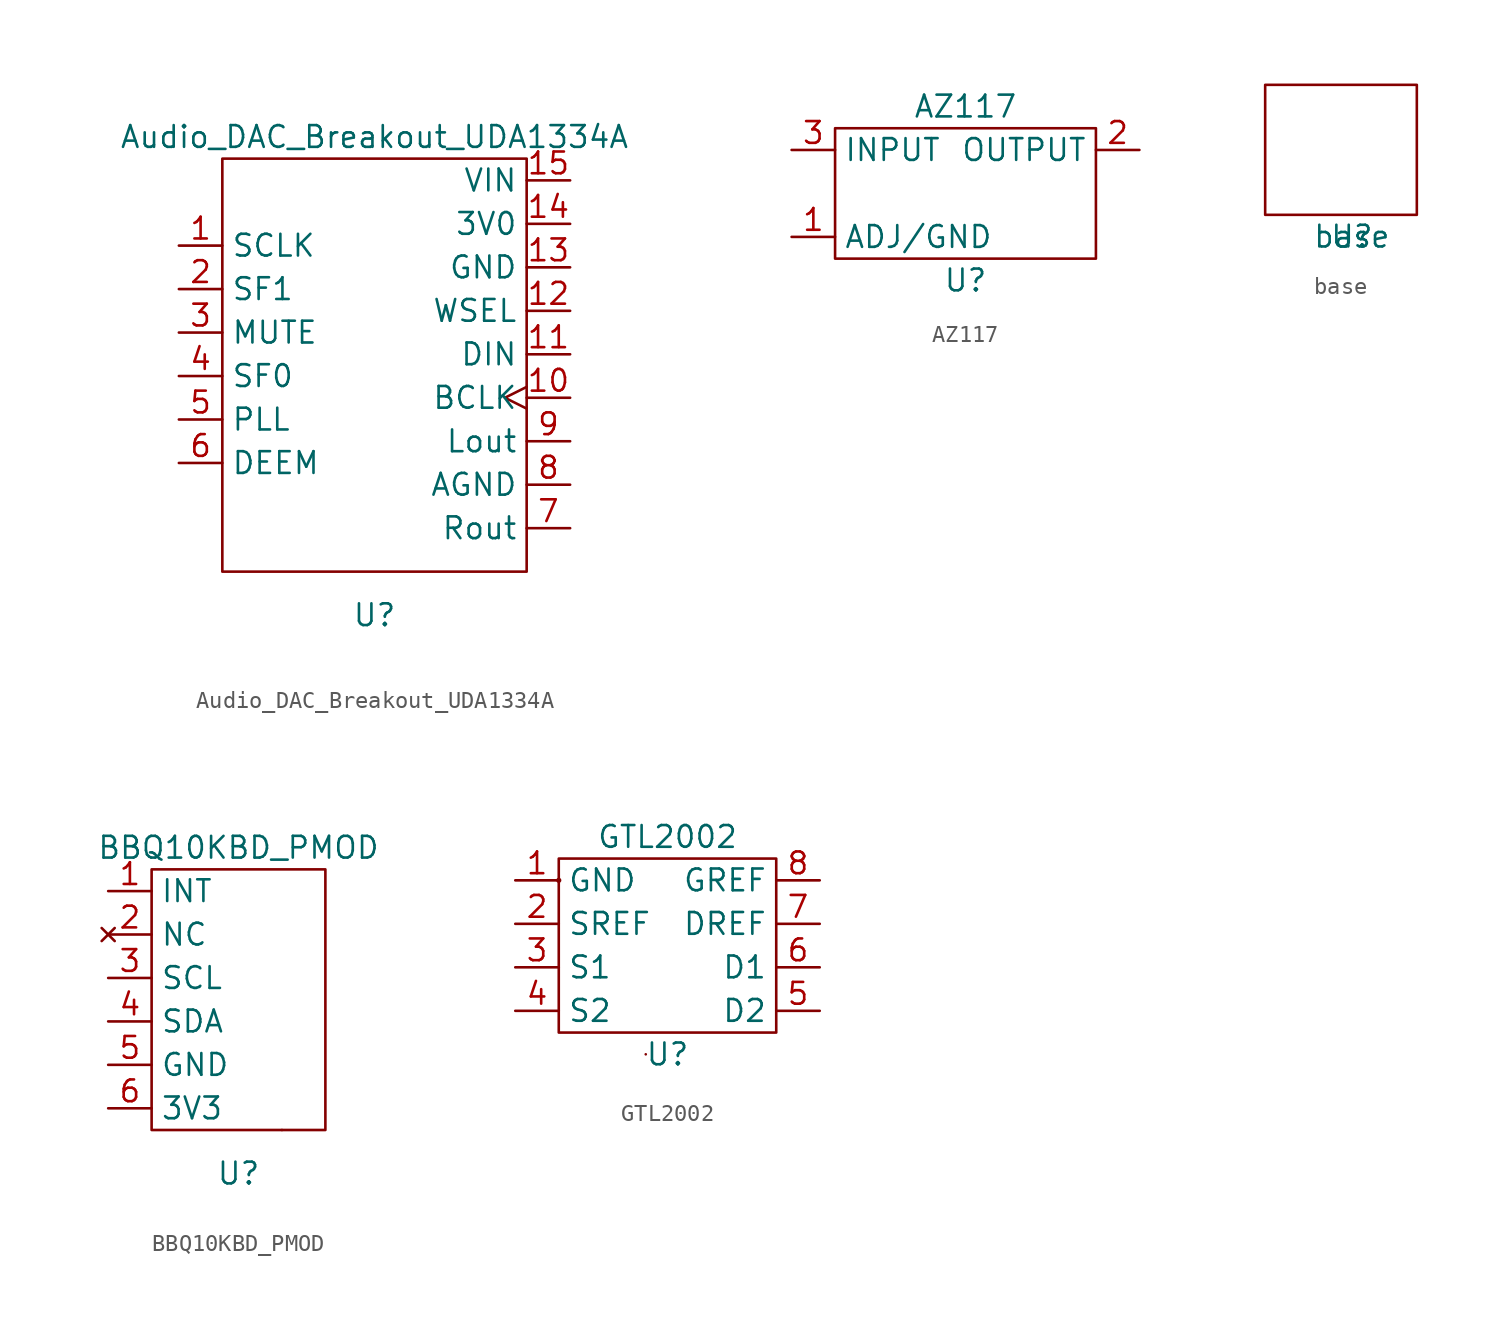
<source format=kicad_sym>
(kicad_symbol_lib
  (version 20211014)
  (generator kicad_symbol_editor)
  (symbol "Audio_DAC_Breakout_UDA1334A"
    (property "Reference" "U"
      (at 0 0 0)
      (effects (font (size 1.27 1.27))))
    (property "Value" "Audio_DAC_Breakout_UDA1334A"
      (at 0 27.94 0)
      (effects (font (size 1.27 1.27))))
    (symbol "Audio_DAC_Breakout_UDA1334A_0_1"
      (rectangle (start -8.89 26.67) (end 8.89 2.54) (stroke (width 0) (type default) (color 0 0 0 0)) (fill (type none))))
    (symbol "Audio_DAC_Breakout_UDA1334A_1_1"
      (pin input line (at -11.43 21.59 0) (length 2.54) (name "SCLK" (effects (font (size 1.27 1.27)))) (number "1" (effects (font (size 1.27 1.27)))))
      (pin input clock (at 11.43 12.7 180) (length 2.54) (name "BCLK" (effects (font (size 1.27 1.27)))) (number "10" (effects (font (size 1.27 1.27)))))
      (pin input line (at 11.43 15.24 180) (length 2.54) (name "DIN" (effects (font (size 1.27 1.27)))) (number "11" (effects (font (size 1.27 1.27)))))
      (pin input line (at 11.43 17.78 180) (length 2.54) (name "WSEL" (effects (font (size 1.27 1.27)))) (number "12" (effects (font (size 1.27 1.27)))))
      (pin power_in line (at 11.43 20.32 180) (length 2.54) (name "GND" (effects (font (size 1.27 1.27)))) (number "13" (effects (font (size 1.27 1.27)))))
      (pin power_in line (at 11.43 22.86 180) (length 2.54) (name "3V0" (effects (font (size 1.27 1.27)))) (number "14" (effects (font (size 1.27 1.27)))))
      (pin power_in line (at 11.43 25.4 180) (length 2.54) (name "VIN" (effects (font (size 1.27 1.27)))) (number "15" (effects (font (size 1.27 1.27)))))
      (pin input line (at -11.43 19.05 0) (length 2.54) (name "SF1" (effects (font (size 1.27 1.27)))) (number "2" (effects (font (size 1.27 1.27)))))
      (pin input line (at -11.43 16.51 0) (length 2.54) (name "MUTE" (effects (font (size 1.27 1.27)))) (number "3" (effects (font (size 1.27 1.27)))))
      (pin input line (at -11.43 13.97 0) (length 2.54) (name "SF0" (effects (font (size 1.27 1.27)))) (number "4" (effects (font (size 1.27 1.27)))))
      (pin input line (at -11.43 11.43 0) (length 2.54) (name "PLL" (effects (font (size 1.27 1.27)))) (number "5" (effects (font (size 1.27 1.27)))))
      (pin input line (at -11.43 8.89 0) (length 2.54) (name "DEEM" (effects (font (size 1.27 1.27)))) (number "6" (effects (font (size 1.27 1.27)))))
      (pin output line (at 11.43 5.08 180) (length 2.54) (name "Rout" (effects (font (size 1.27 1.27)))) (number "7" (effects (font (size 1.27 1.27)))))
      (pin power_in line (at 11.43 7.62 180) (length 2.54) (name "AGND" (effects (font (size 1.27 1.27)))) (number "8" (effects (font (size 1.27 1.27)))))
      (pin output line (at 11.43 10.16 180) (length 2.54) (name "Lout" (effects (font (size 1.27 1.27)))) (number "9" (effects (font (size 1.27 1.27)))))))
  (symbol "AZ117"
    (property "Reference" "U"
      (at 0 0 0)
      (effects (font (size 1.27 1.27))))
    (property "Value" "AZ117"
      (at 0 10.16 0)
      (effects (font (size 1.27 1.27))))
    (symbol "AZ117_0_1"
      (rectangle (start -7.62 8.89) (end 7.62 1.27) (stroke (width 0) (type default) (color 0 0 0 0)) (fill (type none))))
    (symbol "AZ117_1_1"
      (pin power_in line (at -10.16 2.54 0) (length 2.54) (name "ADJ/GND" (effects (font (size 1.27 1.27)))) (number "1" (effects (font (size 1.27 1.27)))))
      (pin power_out line (at 10.16 7.62 180) (length 2.54) (name "OUTPUT" (effects (font (size 1.27 1.27)))) (number "2" (effects (font (size 1.27 1.27)))))
      (pin power_in line (at -10.16 7.62 0) (length 2.54) (name "INPUT" (effects (font (size 1.27 1.27)))) (number "3" (effects (font (size 1.27 1.27)))))))
  (symbol "base"
    (property "Reference" "U"
      (at 0 0 0)
      (effects (font (size 1.27 1.27))))
    (property "Value" "base"
      (at 0 0 0)
      (effects (font (size 1.27 1.27))))
    (symbol "base_0_1"
      (rectangle (start -5.08 8.89) (end 3.81 1.27) (stroke (width 0) (type default) (color 0 0 0 0)) (fill (type none)))))
  (symbol "BBQ10KBD_PMOD"
    (property "Reference" "U"
      (at 0 0 0)
      (effects (font (size 1.27 1.27))))
    (property "Value" "BBQ10KBD_PMOD"
      (at 0 19.05 0)
      (effects (font (size 1.27 1.27))))
    (symbol "BBQ10KBD_PMOD_0_1"
      (rectangle (start -5.08 17.78) (end 5.08 2.54) (stroke (width 0) (type default) (color 0 0 0 0)) (fill (type none)))
      (rectangle (start 2.54 2.54) (end 2.54 2.54) (stroke (width 0) (type default) (color 0 0 0 0)) (fill (type none))))
    (symbol "BBQ10KBD_PMOD_1_1"
      (pin output line (at -7.62 16.51 0) (length 2.54) (name "INT" (effects (font (size 1.27 1.27)))) (number "1" (effects (font (size 1.27 1.27)))))
      (pin no_connect line (at -7.62 13.97 0) (length 2.54) (name "NC" (effects (font (size 1.27 1.27)))) (number "2" (effects (font (size 1.27 1.27)))))
      (pin bidirectional line (at -7.62 11.43 0) (length 2.54) (name "SCL" (effects (font (size 1.27 1.27)))) (number "3" (effects (font (size 1.27 1.27)))))
      (pin bidirectional line (at -7.62 8.89 0) (length 2.54) (name "SDA" (effects (font (size 1.27 1.27)))) (number "4" (effects (font (size 1.27 1.27)))))
      (pin power_in line (at -7.62 6.35 0) (length 2.54) (name "GND" (effects (font (size 1.27 1.27)))) (number "5" (effects (font (size 1.27 1.27)))))
      (pin power_in line (at -7.62 3.81 0) (length 2.54) (name "3V3" (effects (font (size 1.27 1.27)))) (number "6" (effects (font (size 1.27 1.27)))))))
  (symbol "GTL2002"
    (property "Reference" "U"
      (at 0 0 0)
      (effects (font (size 1.27 1.27))))
    (property "Value" "GTL2002"
      (at 0 12.7 0)
      (effects (font (size 1.27 1.27))))
    (symbol "GTL2002_0_1"
      (rectangle (start -6.35 10.16) (end -6.35 10.16) (stroke (width 0) (type default) (color 0 0 0 0)) (fill (type none)))
      (rectangle (start -6.35 10.16) (end -6.35 10.16) (stroke (width 0) (type default) (color 0 0 0 0)) (fill (type none)))
      (rectangle (start -6.35 10.16) (end -6.35 10.16) (stroke (width 0) (type default) (color 0 0 0 0)) (fill (type none)))
      (rectangle (start -6.35 10.16) (end -6.35 10.16) (stroke (width 0) (type default) (color 0 0 0 0)) (fill (type none)))
      (rectangle (start -6.35 10.16) (end -6.35 10.16) (stroke (width 0) (type default) (color 0 0 0 0)) (fill (type none)))
      (rectangle (start -6.35 10.16) (end -6.35 10.16) (stroke (width 0) (type default) (color 0 0 0 0)) (fill (type none)))
      (rectangle (start -6.35 10.16) (end -6.35 10.16) (stroke (width 0) (type default) (color 0 0 0 0)) (fill (type none)))
      (rectangle (start -6.35 10.16) (end -6.35 10.16) (stroke (width 0) (type default) (color 0 0 0 0)) (fill (type none)))
      (rectangle (start -6.35 10.16) (end -6.35 10.16) (stroke (width 0) (type default) (color 0 0 0 0)) (fill (type none)))
      (rectangle (start -6.35 10.16) (end -6.35 10.16) (stroke (width 0) (type default) (color 0 0 0 0)) (fill (type none)))
      (rectangle (start -6.35 10.16) (end -6.35 10.16) (stroke (width 0) (type default) (color 0 0 0 0)) (fill (type none)))
      (rectangle (start -6.35 10.16) (end -6.35 10.16) (stroke (width 0) (type default) (color 0 0 0 0)) (fill (type none)))
      (rectangle (start -6.35 10.16) (end -6.35 10.16) (stroke (width 0) (type default) (color 0 0 0 0)) (fill (type none)))
      (rectangle (start -6.35 10.16) (end -6.35 10.16) (stroke (width 0) (type default) (color 0 0 0 0)) (fill (type none)))
      (rectangle (start -6.35 10.16) (end -6.35 10.16) (stroke (width 0) (type default) (color 0 0 0 0)) (fill (type none)))
      (rectangle (start -6.35 10.16) (end -6.35 10.16) (stroke (width 0) (type default) (color 0 0 0 0)) (fill (type none)))
      (rectangle (start -6.35 10.16) (end -6.35 10.16) (stroke (width 0) (type default) (color 0 0 0 0)) (fill (type none)))
      (rectangle (start -6.35 10.16) (end -6.35 10.16) (stroke (width 0) (type default) (color 0 0 0 0)) (fill (type none)))
      (rectangle (start -6.35 10.16) (end -6.35 10.16) (stroke (width 0) (type default) (color 0 0 0 0)) (fill (type none)))
      (rectangle (start -6.35 10.16) (end -6.35 10.16) (stroke (width 0) (type default) (color 0 0 0 0)) (fill (type none)))
      (circle (center -6.35 10.16) (radius 0.0001) (stroke (width 0) (type default) (color 0 0 0 0)) (fill (type none)))
      (rectangle (start -6.35 11.43) (end 6.35 1.27) (stroke (width 0) (type default) (color 0 0 0 0)) (fill (type none)))
      (rectangle (start -1.27 0) (end -1.27 0) (stroke (width 0) (type default) (color 0 0 0 0)) (fill (type none))))
    (symbol "GTL2002_1_1"
      (pin power_in line (at -8.89 10.16 0) (length 2.54) (name "GND" (effects (font (size 1.27 1.27)))) (number "1" (effects (font (size 1.27 1.27)))))
      (pin power_in line (at -8.89 7.62 0) (length 2.54) (name "SREF" (effects (font (size 1.27 1.27)))) (number "2" (effects (font (size 1.27 1.27)))))
      (pin bidirectional line (at -8.89 5.08 0) (length 2.54) (name "S1" (effects (font (size 1.27 1.27)))) (number "3" (effects (font (size 1.27 1.27)))))
      (pin bidirectional line (at -8.89 2.54 0) (length 2.54) (name "S2" (effects (font (size 1.27 1.27)))) (number "4" (effects (font (size 1.27 1.27)))))
      (pin bidirectional line (at 8.89 2.54 180) (length 2.54) (name "D2" (effects (font (size 1.27 1.27)))) (number "5" (effects (font (size 1.27 1.27)))))
      (pin bidirectional line (at 8.89 5.08 180) (length 2.54) (name "D1" (effects (font (size 1.27 1.27)))) (number "6" (effects (font (size 1.27 1.27)))))
      (pin power_in line (at 8.89 7.62 180) (length 2.54) (name "DREF" (effects (font (size 1.27 1.27)))) (number "7" (effects (font (size 1.27 1.27)))))
      (pin power_in line (at 8.89 10.16 180) (length 2.54) (name "GREF" (effects (font (size 1.27 1.27)))) (number "8" (effects (font (size 1.27 1.27))))))))
</source>
